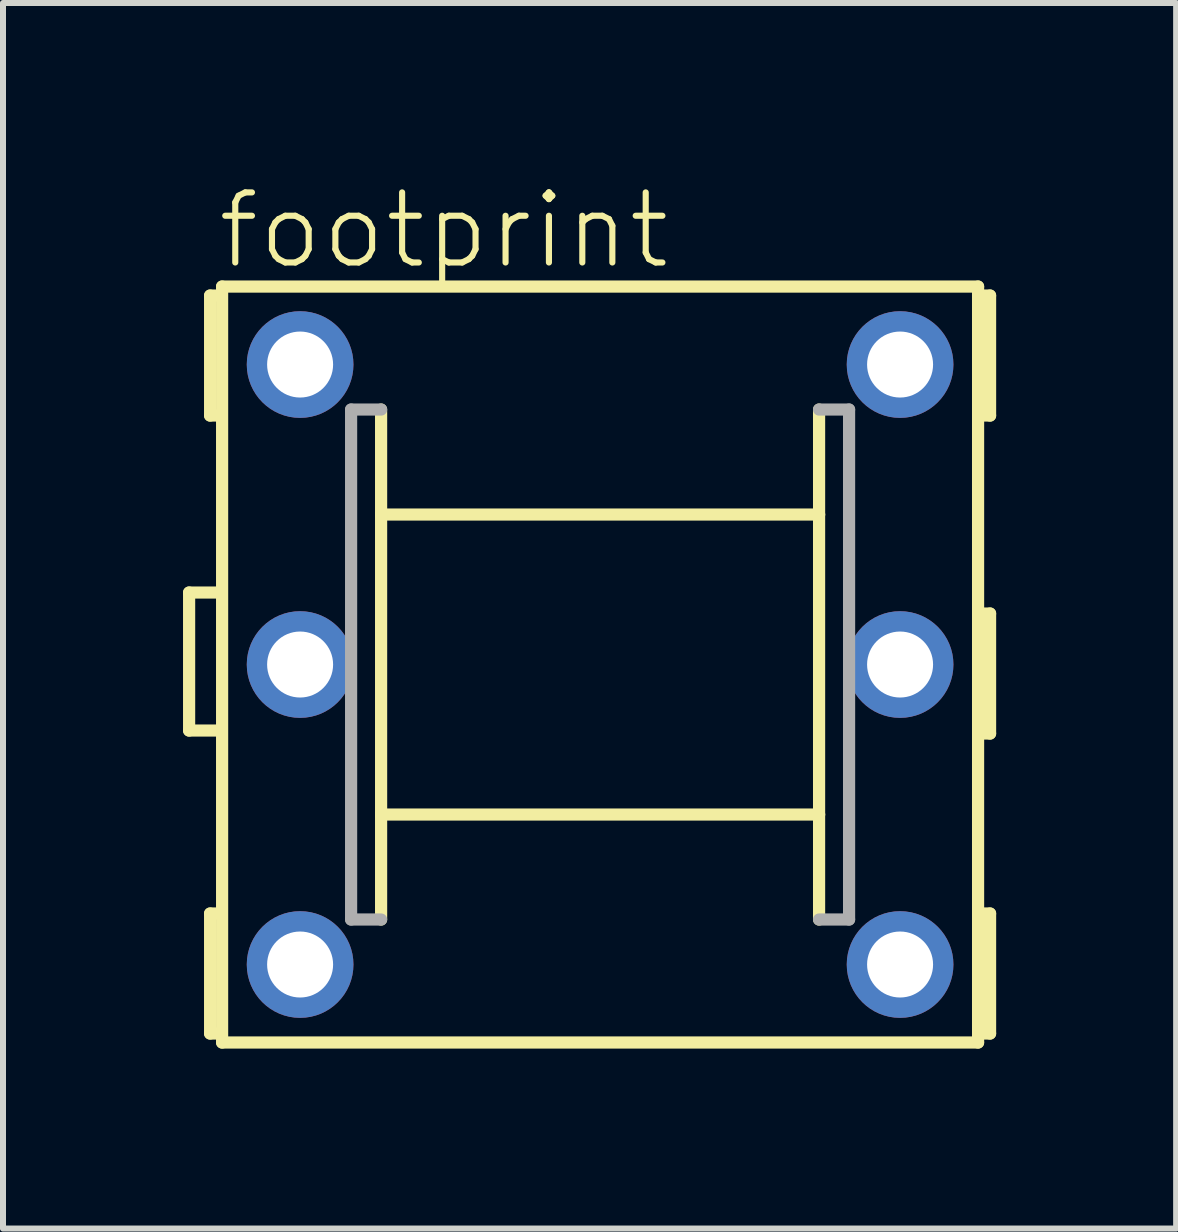
<source format=kicad_pcb>
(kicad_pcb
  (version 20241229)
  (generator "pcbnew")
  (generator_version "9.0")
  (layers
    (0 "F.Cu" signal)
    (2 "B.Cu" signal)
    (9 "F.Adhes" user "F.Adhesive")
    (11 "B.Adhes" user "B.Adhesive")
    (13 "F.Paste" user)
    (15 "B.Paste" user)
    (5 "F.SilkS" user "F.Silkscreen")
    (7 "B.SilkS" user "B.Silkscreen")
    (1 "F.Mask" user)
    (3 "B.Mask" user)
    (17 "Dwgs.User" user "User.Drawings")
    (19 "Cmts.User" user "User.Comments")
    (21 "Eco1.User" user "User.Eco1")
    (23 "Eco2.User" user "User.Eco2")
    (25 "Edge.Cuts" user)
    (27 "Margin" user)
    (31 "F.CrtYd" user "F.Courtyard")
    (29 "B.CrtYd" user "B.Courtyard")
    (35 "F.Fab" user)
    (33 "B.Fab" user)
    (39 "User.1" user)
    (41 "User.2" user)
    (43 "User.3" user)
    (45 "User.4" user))
  (footprint "footprint"
    (layer "F.Cu")
    (at 6.952 8.026)
    (property "Reference" "footprint" (at -6.426 -6.553 0) (layer "F.SilkS") (effects (font (size 1.168 1.168) (thickness 0.102)) (justify left bottom)))
    (fp_line (start -6.85 -1.2) (end -6.35 -1.2) (stroke (width 0.203) (type solid)) (layer "F.SilkS"))
    (fp_line (start -6.85 1.1) (end -6.85 -1.2) (stroke (width 0.203) (type solid)) (layer "F.SilkS"))
    (fp_line (start -6.5 -6.15) (end -6.35 -6.15) (stroke (width 0.203) (type solid)) (layer "F.SilkS"))
    (fp_line (start -6.5 -4.15) (end -6.5 -6.15) (stroke (width 0.203) (type solid)) (layer "F.SilkS"))
    (fp_line (start -6.5 6.15) (end -6.5 4.15) (stroke (width 0.203) (type solid)) (layer "F.SilkS"))
    (fp_line (start -6.35 -4.15) (end -6.5 -4.15) (stroke (width 0.203) (type solid)) (layer "F.SilkS"))
    (fp_line (start -6.35 1.1) (end -6.85 1.1) (stroke (width 0.203) (type solid)) (layer "F.SilkS"))
    (fp_line (start -6.35 4.15) (end -6.5 4.15) (stroke (width 0.203) (type solid)) (layer "F.SilkS"))
    (fp_line (start -6.35 6.15) (end -6.5 6.15) (stroke (width 0.203) (type solid)) (layer "F.SilkS"))
    (fp_line (start -6.3 -6.3) (end 6.3 -6.3) (stroke (width 0.203) (type solid)) (layer "F.SilkS"))
    (fp_line (start -6.3 6.3) (end -6.3 -6.3) (stroke (width 0.203) (type solid)) (layer "F.SilkS"))
    (fp_line (start -3.65 -2.5) (end -3.65 -4.25) (stroke (width 0.203) (type solid)) (layer "F.SilkS"))
    (fp_line (start -3.65 -2.5) (end 3.65 -2.5) (stroke (width 0.203) (type solid)) (layer "F.SilkS"))
    (fp_line (start -3.65 2.5) (end -3.65 -2.5) (stroke (width 0.203) (type solid)) (layer "F.SilkS"))
    (fp_line (start -3.65 4.25) (end -3.65 2.5) (stroke (width 0.203) (type solid)) (layer "F.SilkS"))
    (fp_line (start 3.65 -4.25) (end 3.65 -2.5) (stroke (width 0.203) (type solid)) (layer "F.SilkS"))
    (fp_line (start 3.65 -2.5) (end 3.65 2.5) (stroke (width 0.203) (type solid)) (layer "F.SilkS"))
    (fp_line (start 3.65 2.5) (end -3.65 2.5) (stroke (width 0.203) (type solid)) (layer "F.SilkS"))
    (fp_line (start 3.65 2.5) (end 3.65 4.25) (stroke (width 0.203) (type solid)) (layer "F.SilkS"))
    (fp_line (start 6.3 -6.3) (end 6.3 6.3) (stroke (width 0.203) (type solid)) (layer "F.SilkS"))
    (fp_line (start 6.3 6.3) (end -6.3 6.3) (stroke (width 0.203) (type solid)) (layer "F.SilkS"))
    (fp_line (start 6.35 -6.15) (end 6.5 -6.15) (stroke (width 0.203) (type solid)) (layer "F.SilkS"))
    (fp_line (start 6.35 -4.15) (end 6.5 -4.15) (stroke (width 0.203) (type solid)) (layer "F.SilkS"))
    (fp_line (start 6.35 -0.85) (end 6.5 -0.85) (stroke (width 0.203) (type solid)) (layer "F.SilkS"))
    (fp_line (start 6.35 4.15) (end 6.5 4.15) (stroke (width 0.203) (type solid)) (layer "F.SilkS"))
    (fp_line (start 6.5 -6.15) (end 6.5 -4.15) (stroke (width 0.203) (type solid)) (layer "F.SilkS"))
    (fp_line (start 6.5 -0.85) (end 6.5 1.15) (stroke (width 0.203) (type solid)) (layer "F.SilkS"))
    (fp_line (start 6.5 1.15) (end 6.35 1.15) (stroke (width 0.203) (type solid)) (layer "F.SilkS"))
    (fp_line (start 6.5 4.15) (end 6.5 6.15) (stroke (width 0.203) (type solid)) (layer "F.SilkS"))
    (fp_line (start 6.5 6.15) (end 6.35 6.15) (stroke (width 0.203) (type solid)) (layer "F.SilkS"))
    (fp_line (start -4.15 -4.25) (end -3.65 -4.25) (stroke (width 0.203) (type solid)) (layer "F.Fab"))
    (fp_line (start -4.15 4.25) (end -4.15 -4.25) (stroke (width 0.203) (type solid)) (layer "F.Fab"))
    (fp_line (start -3.65 4.25) (end -4.15 4.25) (stroke (width 0.203) (type solid)) (layer "F.Fab"))
    (fp_line (start 3.65 -4.25) (end 4.15 -4.25) (stroke (width 0.203) (type solid)) (layer "F.Fab"))
    (fp_line (start 4.15 -4.25) (end 4.15 4.25) (stroke (width 0.203) (type solid)) (layer "F.Fab"))
    (fp_line (start 4.15 4.25) (end 3.65 4.25) (stroke (width 0.203) (type solid)) (layer "F.Fab"))
    (pad "1" thru_hole circle (at -5 -5 270) (size 1.778 1.778) (drill 1.1) (layers "*.Cu" "*.Mask"))
    (pad "2" thru_hole circle (at -5 0 270) (size 1.778 1.778) (drill 1.1) (layers "*.Cu" "*.Mask"))
    (pad "3" thru_hole circle (at -5 5 270) (size 1.778 1.778) (drill 1.1) (layers "*.Cu" "*.Mask"))
    (pad "4" thru_hole circle (at 5 5 270) (size 1.778 1.778) (drill 1.1) (layers "*.Cu" "*.Mask"))
    (pad "5" thru_hole circle (at 5 0 270) (size 1.778 1.778) (drill 1.1) (layers "*.Cu" "*.Mask"))
    (pad "6" thru_hole circle (at 5 -5 270) (size 1.778 1.778) (drill 1.1) (layers "*.Cu" "*.Mask")))
  (gr_rect
    (start -3 -3)
    (end 16.553 17.427)
    (stroke (width 0.1) (type default))
    (fill no)
    (layer "Edge.Cuts")))
</source>
